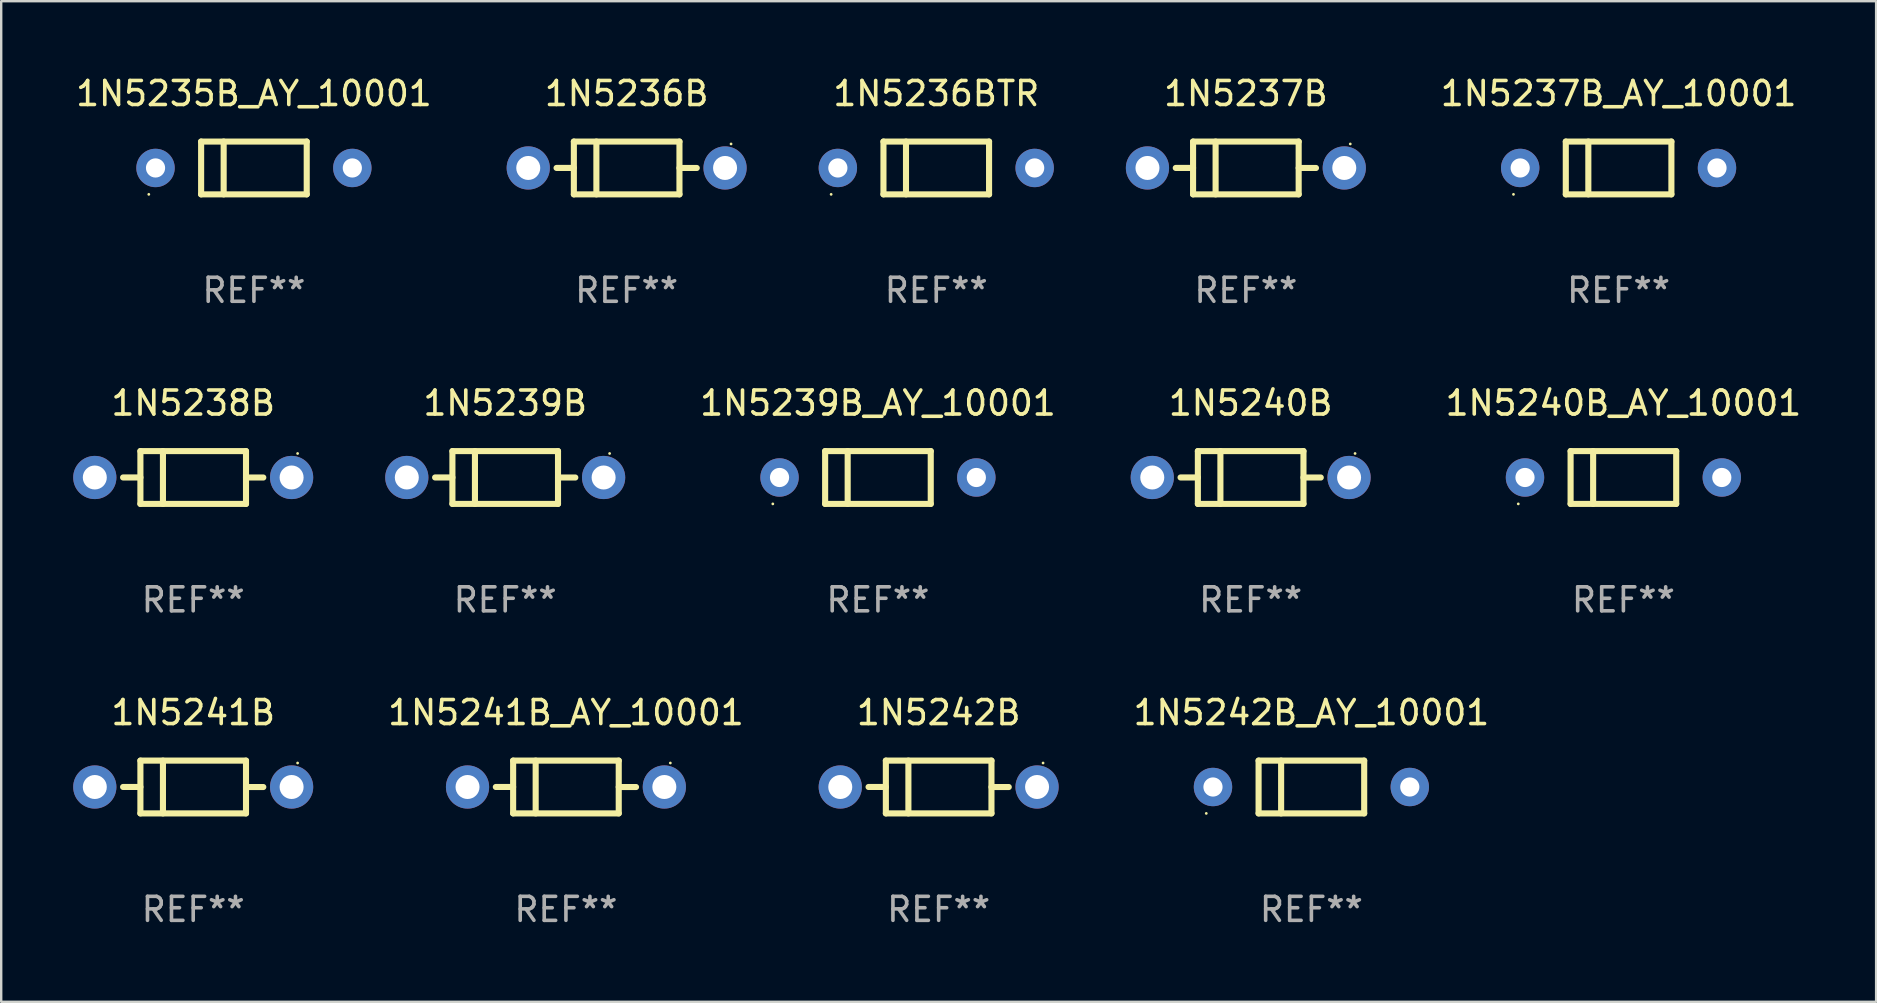
<source format=kicad_pcb>
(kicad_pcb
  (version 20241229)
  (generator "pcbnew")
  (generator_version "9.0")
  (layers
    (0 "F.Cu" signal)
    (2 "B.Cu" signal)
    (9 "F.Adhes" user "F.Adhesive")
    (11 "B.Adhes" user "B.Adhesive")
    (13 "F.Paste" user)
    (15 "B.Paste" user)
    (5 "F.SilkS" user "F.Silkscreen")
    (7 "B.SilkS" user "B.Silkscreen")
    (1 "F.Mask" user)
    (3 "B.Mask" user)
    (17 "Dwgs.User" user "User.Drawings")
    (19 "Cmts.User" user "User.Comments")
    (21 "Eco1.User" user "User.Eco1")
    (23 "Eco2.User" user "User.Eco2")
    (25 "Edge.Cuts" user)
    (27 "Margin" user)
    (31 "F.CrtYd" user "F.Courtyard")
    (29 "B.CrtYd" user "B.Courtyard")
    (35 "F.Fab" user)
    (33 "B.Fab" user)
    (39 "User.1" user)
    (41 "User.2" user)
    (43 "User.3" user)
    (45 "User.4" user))
  (footprint "1N5236BTR"
    (layer "F.Cu")
    (at 35.96 3.948)
    (property "Reference" "1N5236BTR" (at 0 -3.1 0) (layer "F.SilkS") (effects (font (size 1 1) (thickness 0.15))))
    (attr through_hole)
    (fp_line (start -2.2 -1.1) (end -2.2 1.1) (stroke (width 0.254) (type solid)) (layer "F.SilkS"))
    (fp_line (start -2.2 -1.1) (end 2.2 -1.1) (stroke (width 0.254) (type solid)) (layer "F.SilkS"))
    (fp_line (start -2.2 1.1) (end 2.2 1.1) (stroke (width 0.254) (type solid)) (layer "F.SilkS"))
    (fp_line (start -1.261 -1.1) (end -1.261 1.1) (stroke (width 0.254) (type solid)) (layer "F.SilkS"))
    (fp_line (start 2.2 -1.1) (end 2.2 1.1) (stroke (width 0.254) (type solid)) (layer "F.SilkS"))
    (fp_circle (center -4.38 1.1) (end -4.35 1.1) (stroke (width 0.06) (type solid)) (fill no) (layer "F.SilkS"))
    (fp_text user "REF**" (at 0 5.1 0) (layer "F.Fab") (effects (font (size 1 1) (thickness 0.15))))
    (pad "1" thru_hole circle (at -4.1 0) (size 1.6 1.6) (drill 0.8) (layers "*.Cu" "*.Mask"))
    (pad "2" thru_hole circle (at 4.1 0) (size 1.6 1.6) (drill 0.8) (layers "*.Cu" "*.Mask")))
  (footprint "1N5235B_AY_10001"
    (layer "F.Cu")
    (at 7.53 3.948)
    (property "Reference" "1N5235B_AY_10001" (at 0 -3.1 0) (layer "F.SilkS") (effects (font (size 1 1) (thickness 0.15))))
    (attr through_hole)
    (fp_line (start -2.2 -1.1) (end -2.2 1.1) (stroke (width 0.254) (type solid)) (layer "F.SilkS"))
    (fp_line (start -2.2 -1.1) (end 2.2 -1.1) (stroke (width 0.254) (type solid)) (layer "F.SilkS"))
    (fp_line (start -2.2 1.1) (end 2.2 1.1) (stroke (width 0.254) (type solid)) (layer "F.SilkS"))
    (fp_line (start -1.261 -1.1) (end -1.261 1.1) (stroke (width 0.254) (type solid)) (layer "F.SilkS"))
    (fp_line (start 2.2 -1.1) (end 2.2 1.1) (stroke (width 0.254) (type solid)) (layer "F.SilkS"))
    (fp_circle (center -4.38 1.1) (end -4.35 1.1) (stroke (width 0.06) (type solid)) (fill no) (layer "F.SilkS"))
    (fp_text user "REF**" (at 0 5.1 0) (layer "F.Fab") (effects (font (size 1 1) (thickness 0.15))))
    (pad "1" thru_hole circle (at -4.1 0) (size 1.6 1.6) (drill 0.8) (layers "*.Cu" "*.Mask"))
    (pad "2" thru_hole circle (at 4.1 0) (size 1.6 1.6) (drill 0.8) (layers "*.Cu" "*.Mask")))
  (footprint "1N5242B"
    (layer "F.Cu")
    (at 36.06 29.741)
    (property "Reference" "1N5242B" (at 0 -3.1 0) (layer "F.SilkS") (effects (font (size 1 1) (thickness 0.15))))
    (attr through_hole)
    (fp_line (start -2.2 -1.1) (end -2.2 1.1) (stroke (width 0.254) (type solid)) (layer "F.SilkS"))
    (fp_line (start -2.2 -1.1) (end 2.2 -1.1) (stroke (width 0.254) (type solid)) (layer "F.SilkS"))
    (fp_line (start -2.2 -0.001) (end -2.921 -0.001) (stroke (width 0.254) (type solid)) (layer "F.SilkS"))
    (fp_line (start -2.2 1.1) (end 2.2 1.1) (stroke (width 0.254) (type solid)) (layer "F.SilkS"))
    (fp_line (start -1.261 -1.1) (end -1.261 1.1) (stroke (width 0.254) (type solid)) (layer "F.SilkS"))
    (fp_line (start 2.2 -1.1) (end 2.2 1.1) (stroke (width 0.254) (type solid)) (layer "F.SilkS"))
    (fp_line (start 2.2 0.001) (end 2.921 0.001) (stroke (width 0.254) (type solid)) (layer "F.SilkS"))
    (fp_circle (center 4.35 -1) (end 4.38 -1) (stroke (width 0.06) (type solid)) (fill no) (layer "F.SilkS"))
    (fp_text user "REF**" (at 0 5.1 0) (layer "F.Fab") (effects (font (size 1 1) (thickness 0.15))))
    (pad "1" thru_hole circle (at 4.1 0) (size 1.8 1.8) (drill 1) (layers "*.Cu" "*.Mask"))
    (pad "2" thru_hole circle (at -4.1 0) (size 1.8 1.8) (drill 1) (layers "*.Cu" "*.Mask")))
  (footprint "1N5239B"
    (layer "F.Cu")
    (at 18 16.845)
    (property "Reference" "1N5239B" (at 0 -3.1 0) (layer "F.SilkS") (effects (font (size 1 1) (thickness 0.15))))
    (attr through_hole)
    (fp_line (start -2.2 -1.1) (end -2.2 1.1) (stroke (width 0.254) (type solid)) (layer "F.SilkS"))
    (fp_line (start -2.2 -1.1) (end 2.2 -1.1) (stroke (width 0.254) (type solid)) (layer "F.SilkS"))
    (fp_line (start -2.2 -0.001) (end -2.921 -0.001) (stroke (width 0.254) (type solid)) (layer "F.SilkS"))
    (fp_line (start -2.2 1.1) (end 2.2 1.1) (stroke (width 0.254) (type solid)) (layer "F.SilkS"))
    (fp_line (start -1.261 -1.1) (end -1.261 1.1) (stroke (width 0.254) (type solid)) (layer "F.SilkS"))
    (fp_line (start 2.2 -1.1) (end 2.2 1.1) (stroke (width 0.254) (type solid)) (layer "F.SilkS"))
    (fp_line (start 2.2 0.001) (end 2.921 0.001) (stroke (width 0.254) (type solid)) (layer "F.SilkS"))
    (fp_circle (center 4.35 -1) (end 4.38 -1) (stroke (width 0.06) (type solid)) (fill no) (layer "F.SilkS"))
    (fp_text user "REF**" (at 0 5.1 0) (layer "F.Fab") (effects (font (size 1 1) (thickness 0.15))))
    (pad "1" thru_hole circle (at 4.1 0) (size 1.8 1.8) (drill 1) (layers "*.Cu" "*.Mask"))
    (pad "2" thru_hole circle (at -4.1 0) (size 1.8 1.8) (drill 1) (layers "*.Cu" "*.Mask")))
  (footprint "1N5236B"
    (layer "F.Cu")
    (at 23.06 3.948)
    (property "Reference" "1N5236B" (at 0 -3.1 0) (layer "F.SilkS") (effects (font (size 1 1) (thickness 0.15))))
    (attr through_hole)
    (fp_line (start -2.2 -1.1) (end -2.2 1.1) (stroke (width 0.254) (type solid)) (layer "F.SilkS"))
    (fp_line (start -2.2 -1.1) (end 2.2 -1.1) (stroke (width 0.254) (type solid)) (layer "F.SilkS"))
    (fp_line (start -2.2 -0.001) (end -2.921 -0.001) (stroke (width 0.254) (type solid)) (layer "F.SilkS"))
    (fp_line (start -2.2 1.1) (end 2.2 1.1) (stroke (width 0.254) (type solid)) (layer "F.SilkS"))
    (fp_line (start -1.261 -1.1) (end -1.261 1.1) (stroke (width 0.254) (type solid)) (layer "F.SilkS"))
    (fp_line (start 2.2 -1.1) (end 2.2 1.1) (stroke (width 0.254) (type solid)) (layer "F.SilkS"))
    (fp_line (start 2.2 0.001) (end 2.921 0.001) (stroke (width 0.254) (type solid)) (layer "F.SilkS"))
    (fp_circle (center 4.35 -1) (end 4.38 -1) (stroke (width 0.06) (type solid)) (fill no) (layer "F.SilkS"))
    (fp_text user "REF**" (at 0 5.1 0) (layer "F.Fab") (effects (font (size 1 1) (thickness 0.15))))
    (pad "1" thru_hole circle (at 4.1 0) (size 1.8 1.8) (drill 1) (layers "*.Cu" "*.Mask"))
    (pad "2" thru_hole circle (at -4.1 0) (size 1.8 1.8) (drill 1) (layers "*.Cu" "*.Mask")))
  (footprint "1N5241B_AY_10001"
    (layer "F.Cu")
    (at 20.53 29.741)
    (property "Reference" "1N5241B_AY_10001" (at 0 -3.1 0) (layer "F.SilkS") (effects (font (size 1 1) (thickness 0.15))))
    (attr through_hole)
    (fp_line (start -2.2 -1.1) (end -2.2 1.1) (stroke (width 0.254) (type solid)) (layer "F.SilkS"))
    (fp_line (start -2.2 -1.1) (end 2.2 -1.1) (stroke (width 0.254) (type solid)) (layer "F.SilkS"))
    (fp_line (start -2.2 -0.001) (end -2.921 -0.001) (stroke (width 0.254) (type solid)) (layer "F.SilkS"))
    (fp_line (start -2.2 1.1) (end 2.2 1.1) (stroke (width 0.254) (type solid)) (layer "F.SilkS"))
    (fp_line (start -1.261 -1.1) (end -1.261 1.1) (stroke (width 0.254) (type solid)) (layer "F.SilkS"))
    (fp_line (start 2.2 -1.1) (end 2.2 1.1) (stroke (width 0.254) (type solid)) (layer "F.SilkS"))
    (fp_line (start 2.2 0.001) (end 2.921 0.001) (stroke (width 0.254) (type solid)) (layer "F.SilkS"))
    (fp_circle (center 4.35 -1) (end 4.38 -1) (stroke (width 0.06) (type solid)) (fill no) (layer "F.SilkS"))
    (fp_text user "REF**" (at 0 5.1 0) (layer "F.Fab") (effects (font (size 1 1) (thickness 0.15))))
    (pad "1" thru_hole circle (at 4.1 0) (size 1.8 1.8) (drill 1) (layers "*.Cu" "*.Mask"))
    (pad "2" thru_hole circle (at -4.1 0) (size 1.8 1.8) (drill 1) (layers "*.Cu" "*.Mask")))
  (footprint "1N5241B"
    (layer "F.Cu")
    (at 5 29.741)
    (property "Reference" "1N5241B" (at 0 -3.1 0) (layer "F.SilkS") (effects (font (size 1 1) (thickness 0.15))))
    (attr through_hole)
    (fp_line (start -2.2 -1.1) (end -2.2 1.1) (stroke (width 0.254) (type solid)) (layer "F.SilkS"))
    (fp_line (start -2.2 -1.1) (end 2.2 -1.1) (stroke (width 0.254) (type solid)) (layer "F.SilkS"))
    (fp_line (start -2.2 -0.001) (end -2.921 -0.001) (stroke (width 0.254) (type solid)) (layer "F.SilkS"))
    (fp_line (start -2.2 1.1) (end 2.2 1.1) (stroke (width 0.254) (type solid)) (layer "F.SilkS"))
    (fp_line (start -1.261 -1.1) (end -1.261 1.1) (stroke (width 0.254) (type solid)) (layer "F.SilkS"))
    (fp_line (start 2.2 -1.1) (end 2.2 1.1) (stroke (width 0.254) (type solid)) (layer "F.SilkS"))
    (fp_line (start 2.2 0.001) (end 2.921 0.001) (stroke (width 0.254) (type solid)) (layer "F.SilkS"))
    (fp_circle (center 4.35 -1) (end 4.38 -1) (stroke (width 0.06) (type solid)) (fill no) (layer "F.SilkS"))
    (fp_text user "REF**" (at 0 5.1 0) (layer "F.Fab") (effects (font (size 1 1) (thickness 0.15))))
    (pad "1" thru_hole circle (at 4.1 0) (size 1.8 1.8) (drill 1) (layers "*.Cu" "*.Mask"))
    (pad "2" thru_hole circle (at -4.1 0) (size 1.8 1.8) (drill 1) (layers "*.Cu" "*.Mask")))
  (footprint "1N5240B_AY_10001"
    (layer "F.Cu")
    (at 64.59 16.845)
    (property "Reference" "1N5240B_AY_10001" (at 0 -3.1 0) (layer "F.SilkS") (effects (font (size 1 1) (thickness 0.15))))
    (attr through_hole)
    (fp_line (start -2.2 -1.1) (end -2.2 1.1) (stroke (width 0.254) (type solid)) (layer "F.SilkS"))
    (fp_line (start -2.2 -1.1) (end 2.2 -1.1) (stroke (width 0.254) (type solid)) (layer "F.SilkS"))
    (fp_line (start -2.2 1.1) (end 2.2 1.1) (stroke (width 0.254) (type solid)) (layer "F.SilkS"))
    (fp_line (start -1.261 -1.1) (end -1.261 1.1) (stroke (width 0.254) (type solid)) (layer "F.SilkS"))
    (fp_line (start 2.2 -1.1) (end 2.2 1.1) (stroke (width 0.254) (type solid)) (layer "F.SilkS"))
    (fp_circle (center -4.38 1.1) (end -4.35 1.1) (stroke (width 0.06) (type solid)) (fill no) (layer "F.SilkS"))
    (fp_text user "REF**" (at 0 5.1 0) (layer "F.Fab") (effects (font (size 1 1) (thickness 0.15))))
    (pad "1" thru_hole circle (at -4.1 0) (size 1.6 1.6) (drill 0.8) (layers "*.Cu" "*.Mask"))
    (pad "2" thru_hole circle (at 4.1 0) (size 1.6 1.6) (drill 0.8) (layers "*.Cu" "*.Mask")))
  (footprint "1N5240B"
    (layer "F.Cu")
    (at 49.06 16.845)
    (property "Reference" "1N5240B" (at 0 -3.1 0) (layer "F.SilkS") (effects (font (size 1 1) (thickness 0.15))))
    (attr through_hole)
    (fp_line (start -2.2 -1.1) (end -2.2 1.1) (stroke (width 0.254) (type solid)) (layer "F.SilkS"))
    (fp_line (start -2.2 -1.1) (end 2.2 -1.1) (stroke (width 0.254) (type solid)) (layer "F.SilkS"))
    (fp_line (start -2.2 -0.001) (end -2.921 -0.001) (stroke (width 0.254) (type solid)) (layer "F.SilkS"))
    (fp_line (start -2.2 1.1) (end 2.2 1.1) (stroke (width 0.254) (type solid)) (layer "F.SilkS"))
    (fp_line (start -1.261 -1.1) (end -1.261 1.1) (stroke (width 0.254) (type solid)) (layer "F.SilkS"))
    (fp_line (start 2.2 -1.1) (end 2.2 1.1) (stroke (width 0.254) (type solid)) (layer "F.SilkS"))
    (fp_line (start 2.2 0.001) (end 2.921 0.001) (stroke (width 0.254) (type solid)) (layer "F.SilkS"))
    (fp_circle (center 4.35 -1) (end 4.38 -1) (stroke (width 0.06) (type solid)) (fill no) (layer "F.SilkS"))
    (fp_text user "REF**" (at 0 5.1 0) (layer "F.Fab") (effects (font (size 1 1) (thickness 0.15))))
    (pad "1" thru_hole circle (at 4.1 0) (size 1.8 1.8) (drill 1) (layers "*.Cu" "*.Mask"))
    (pad "2" thru_hole circle (at -4.1 0) (size 1.8 1.8) (drill 1) (layers "*.Cu" "*.Mask")))
  (footprint "1N5237B"
    (layer "F.Cu")
    (at 48.86 3.948)
    (property "Reference" "1N5237B" (at 0 -3.1 0) (layer "F.SilkS") (effects (font (size 1 1) (thickness 0.15))))
    (attr through_hole)
    (fp_line (start -2.2 -1.1) (end -2.2 1.1) (stroke (width 0.254) (type solid)) (layer "F.SilkS"))
    (fp_line (start -2.2 -1.1) (end 2.2 -1.1) (stroke (width 0.254) (type solid)) (layer "F.SilkS"))
    (fp_line (start -2.2 -0.001) (end -2.921 -0.001) (stroke (width 0.254) (type solid)) (layer "F.SilkS"))
    (fp_line (start -2.2 1.1) (end 2.2 1.1) (stroke (width 0.254) (type solid)) (layer "F.SilkS"))
    (fp_line (start -1.261 -1.1) (end -1.261 1.1) (stroke (width 0.254) (type solid)) (layer "F.SilkS"))
    (fp_line (start 2.2 -1.1) (end 2.2 1.1) (stroke (width 0.254) (type solid)) (layer "F.SilkS"))
    (fp_line (start 2.2 0.001) (end 2.921 0.001) (stroke (width 0.254) (type solid)) (layer "F.SilkS"))
    (fp_circle (center 4.35 -1) (end 4.38 -1) (stroke (width 0.06) (type solid)) (fill no) (layer "F.SilkS"))
    (fp_text user "REF**" (at 0 5.1 0) (layer "F.Fab") (effects (font (size 1 1) (thickness 0.15))))
    (pad "1" thru_hole circle (at 4.1 0) (size 1.8 1.8) (drill 1) (layers "*.Cu" "*.Mask"))
    (pad "2" thru_hole circle (at -4.1 0) (size 1.8 1.8) (drill 1) (layers "*.Cu" "*.Mask")))
  (footprint "1N5237B_AY_10001"
    (layer "F.Cu")
    (at 64.39 3.948)
    (property "Reference" "1N5237B_AY_10001" (at 0 -3.1 0) (layer "F.SilkS") (effects (font (size 1 1) (thickness 0.15))))
    (attr through_hole)
    (fp_line (start -2.2 -1.1) (end -2.2 1.1) (stroke (width 0.254) (type solid)) (layer "F.SilkS"))
    (fp_line (start -2.2 -1.1) (end 2.2 -1.1) (stroke (width 0.254) (type solid)) (layer "F.SilkS"))
    (fp_line (start -2.2 1.1) (end 2.2 1.1) (stroke (width 0.254) (type solid)) (layer "F.SilkS"))
    (fp_line (start -1.261 -1.1) (end -1.261 1.1) (stroke (width 0.254) (type solid)) (layer "F.SilkS"))
    (fp_line (start 2.2 -1.1) (end 2.2 1.1) (stroke (width 0.254) (type solid)) (layer "F.SilkS"))
    (fp_circle (center -4.38 1.1) (end -4.35 1.1) (stroke (width 0.06) (type solid)) (fill no) (layer "F.SilkS"))
    (fp_text user "REF**" (at 0 5.1 0) (layer "F.Fab") (effects (font (size 1 1) (thickness 0.15))))
    (pad "1" thru_hole circle (at -4.1 0) (size 1.6 1.6) (drill 0.8) (layers "*.Cu" "*.Mask"))
    (pad "2" thru_hole circle (at 4.1 0) (size 1.6 1.6) (drill 0.8) (layers "*.Cu" "*.Mask")))
  (footprint "1N5239B_AY_10001"
    (layer "F.Cu")
    (at 33.53 16.845)
    (property "Reference" "1N5239B_AY_10001" (at 0 -3.1 0) (layer "F.SilkS") (effects (font (size 1 1) (thickness 0.15))))
    (attr through_hole)
    (fp_line (start -2.2 -1.1) (end -2.2 1.1) (stroke (width 0.254) (type solid)) (layer "F.SilkS"))
    (fp_line (start -2.2 -1.1) (end 2.2 -1.1) (stroke (width 0.254) (type solid)) (layer "F.SilkS"))
    (fp_line (start -2.2 1.1) (end 2.2 1.1) (stroke (width 0.254) (type solid)) (layer "F.SilkS"))
    (fp_line (start -1.261 -1.1) (end -1.261 1.1) (stroke (width 0.254) (type solid)) (layer "F.SilkS"))
    (fp_line (start 2.2 -1.1) (end 2.2 1.1) (stroke (width 0.254) (type solid)) (layer "F.SilkS"))
    (fp_circle (center -4.38 1.1) (end -4.35 1.1) (stroke (width 0.06) (type solid)) (fill no) (layer "F.SilkS"))
    (fp_text user "REF**" (at 0 5.1 0) (layer "F.Fab") (effects (font (size 1 1) (thickness 0.15))))
    (pad "1" thru_hole circle (at -4.1 0) (size 1.6 1.6) (drill 0.8) (layers "*.Cu" "*.Mask"))
    (pad "2" thru_hole circle (at 4.1 0) (size 1.6 1.6) (drill 0.8) (layers "*.Cu" "*.Mask")))
  (footprint "1N5238B"
    (layer "F.Cu")
    (at 5 16.845)
    (property "Reference" "1N5238B" (at 0 -3.1 0) (layer "F.SilkS") (effects (font (size 1 1) (thickness 0.15))))
    (attr through_hole)
    (fp_line (start -2.2 -1.1) (end -2.2 1.1) (stroke (width 0.254) (type solid)) (layer "F.SilkS"))
    (fp_line (start -2.2 -1.1) (end 2.2 -1.1) (stroke (width 0.254) (type solid)) (layer "F.SilkS"))
    (fp_line (start -2.2 -0.001) (end -2.921 -0.001) (stroke (width 0.254) (type solid)) (layer "F.SilkS"))
    (fp_line (start -2.2 1.1) (end 2.2 1.1) (stroke (width 0.254) (type solid)) (layer "F.SilkS"))
    (fp_line (start -1.261 -1.1) (end -1.261 1.1) (stroke (width 0.254) (type solid)) (layer "F.SilkS"))
    (fp_line (start 2.2 -1.1) (end 2.2 1.1) (stroke (width 0.254) (type solid)) (layer "F.SilkS"))
    (fp_line (start 2.2 0.001) (end 2.921 0.001) (stroke (width 0.254) (type solid)) (layer "F.SilkS"))
    (fp_circle (center 4.35 -1) (end 4.38 -1) (stroke (width 0.06) (type solid)) (fill no) (layer "F.SilkS"))
    (fp_text user "REF**" (at 0 5.1 0) (layer "F.Fab") (effects (font (size 1 1) (thickness 0.15))))
    (pad "1" thru_hole circle (at 4.1 0) (size 1.8 1.8) (drill 1) (layers "*.Cu" "*.Mask"))
    (pad "2" thru_hole circle (at -4.1 0) (size 1.8 1.8) (drill 1) (layers "*.Cu" "*.Mask")))
  (footprint "1N5242B_AY_10001"
    (layer "F.Cu")
    (at 51.59 29.741)
    (property "Reference" "1N5242B_AY_10001" (at 0 -3.1 0) (layer "F.SilkS") (effects (font (size 1 1) (thickness 0.15))))
    (attr through_hole)
    (fp_line (start -2.2 -1.1) (end -2.2 1.1) (stroke (width 0.254) (type solid)) (layer "F.SilkS"))
    (fp_line (start -2.2 -1.1) (end 2.2 -1.1) (stroke (width 0.254) (type solid)) (layer "F.SilkS"))
    (fp_line (start -2.2 1.1) (end 2.2 1.1) (stroke (width 0.254) (type solid)) (layer "F.SilkS"))
    (fp_line (start -1.261 -1.1) (end -1.261 1.1) (stroke (width 0.254) (type solid)) (layer "F.SilkS"))
    (fp_line (start 2.2 -1.1) (end 2.2 1.1) (stroke (width 0.254) (type solid)) (layer "F.SilkS"))
    (fp_circle (center -4.38 1.1) (end -4.35 1.1) (stroke (width 0.06) (type solid)) (fill no) (layer "F.SilkS"))
    (fp_text user "REF**" (at 0 5.1 0) (layer "F.Fab") (effects (font (size 1 1) (thickness 0.15))))
    (pad "1" thru_hole circle (at -4.1 0) (size 1.6 1.6) (drill 0.8) (layers "*.Cu" "*.Mask"))
    (pad "2" thru_hole circle (at 4.1 0) (size 1.6 1.6) (drill 0.8) (layers "*.Cu" "*.Mask")))
  (gr_rect
    (start -3 -3)
    (end 75.12 38.69)
    (stroke (width 0.1) (type default))
    (fill no)
    (layer "Edge.Cuts")))
</source>
